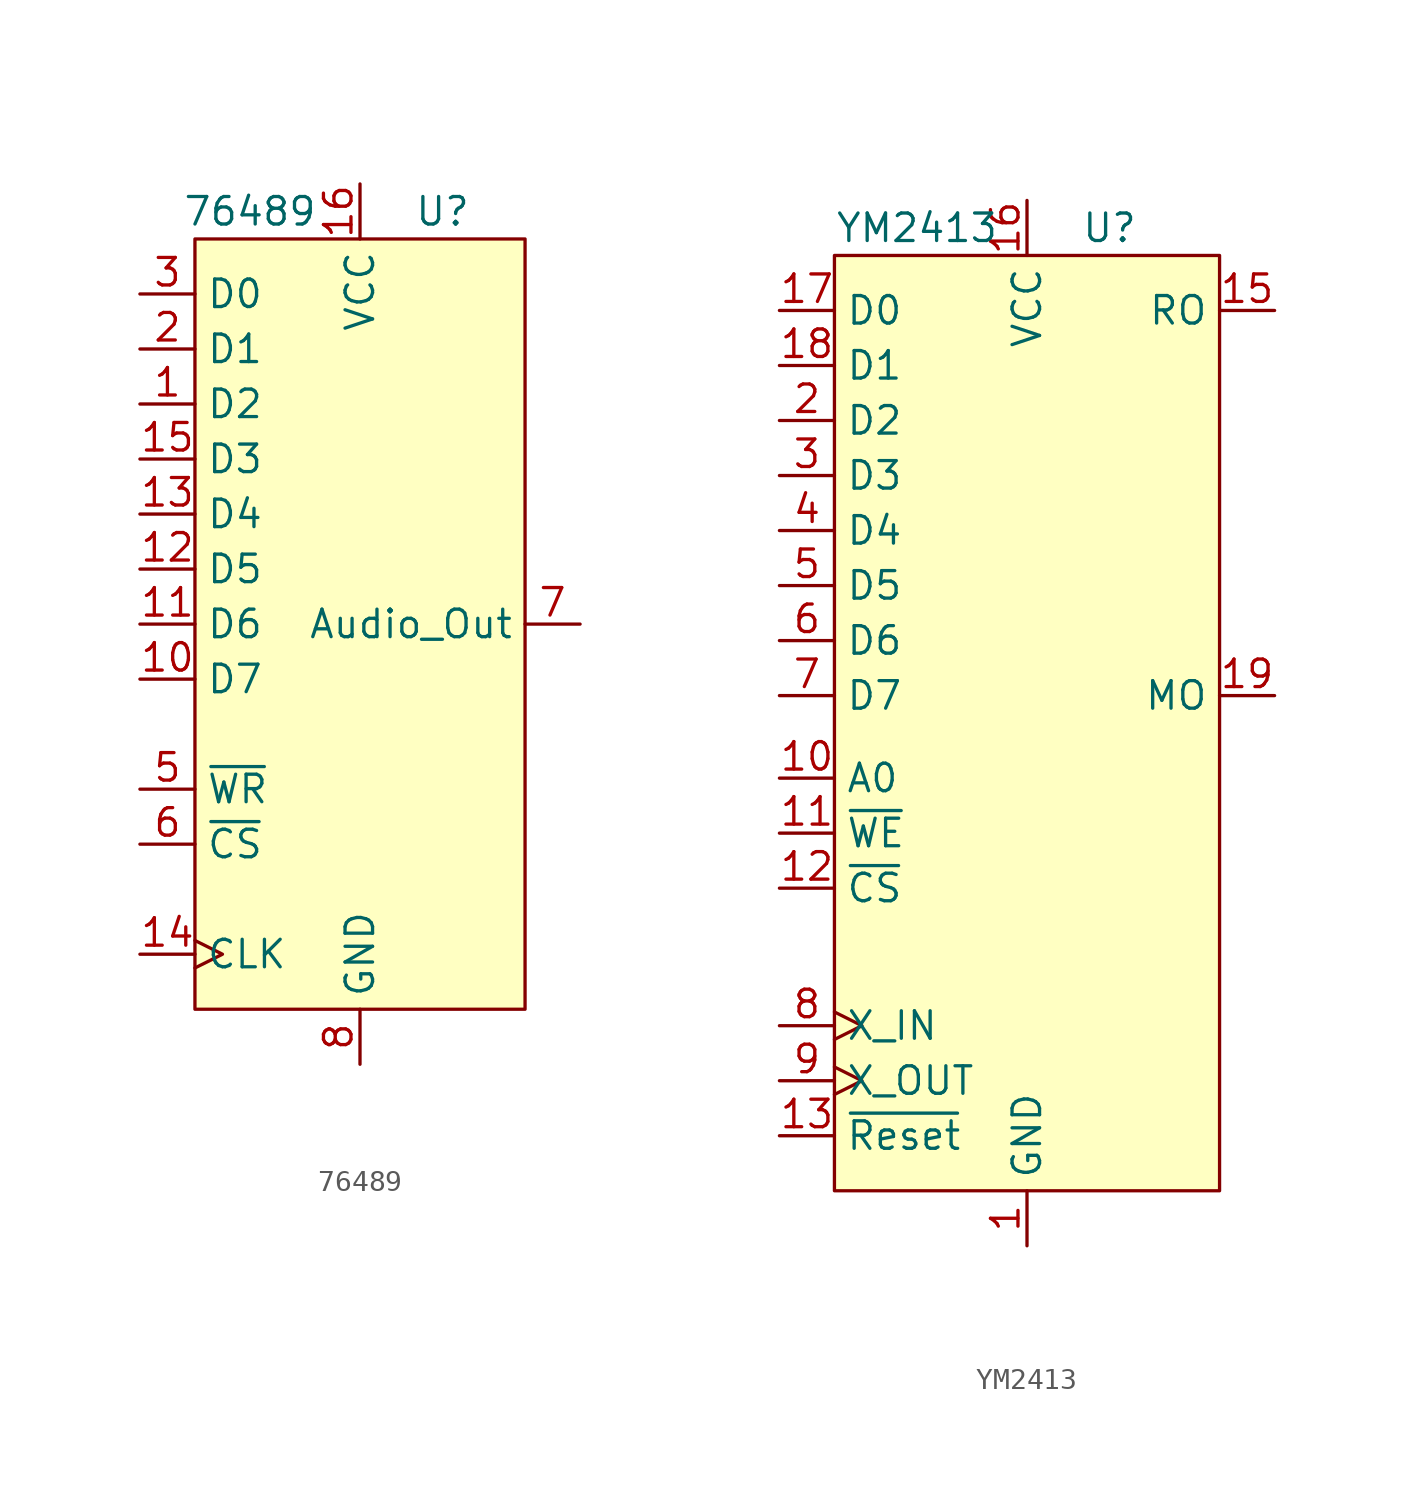
<source format=kicad_sym>
(kicad_symbol_lib
  (version 20211014)
  (generator kicad_symbol_editor)
  (symbol "76489"
    (property "Reference" "U"
      (at -2.54 11.43 0)
      (effects (font (size 1.27 1.27))))
    (property "Value" "76489"
      (at -11.43 11.43 0)
      (effects (font (size 1.27 1.27))))
    (symbol "76489_0_1"
      (rectangle (start -13.97 10.16) (end 1.27 -25.4) (stroke (width 0) (type default) (color 0 0 0 0)) (fill (type background))))
    (symbol "76489_1_1"
      (pin input line (at -16.51 2.54 0) (length 2.54) (name "D2" (effects (font (size 1.27 1.27)))) (number "1" (effects (font (size 1.27 1.27)))))
      (pin input line (at -16.51 -10.16 0) (length 2.54) (name "D7" (effects (font (size 1.27 1.27)))) (number "10" (effects (font (size 1.27 1.27)))))
      (pin input line (at -16.51 -7.62 0) (length 2.54) (name "D6" (effects (font (size 1.27 1.27)))) (number "11" (effects (font (size 1.27 1.27)))))
      (pin input line (at -16.51 -5.08 0) (length 2.54) (name "D5" (effects (font (size 1.27 1.27)))) (number "12" (effects (font (size 1.27 1.27)))))
      (pin input line (at -16.51 -2.54 0) (length 2.54) (name "D4" (effects (font (size 1.27 1.27)))) (number "13" (effects (font (size 1.27 1.27)))))
      (pin input clock (at -16.51 -22.86 0) (length 2.54) (name "CLK" (effects (font (size 1.27 1.27)))) (number "14" (effects (font (size 1.27 1.27)))))
      (pin input line (at -16.51 0 0) (length 2.54) (name "D3" (effects (font (size 1.27 1.27)))) (number "15" (effects (font (size 1.27 1.27)))))
      (pin power_in line (at -6.35 12.7 270) (length 2.54) (name "VCC" (effects (font (size 1.27 1.27)))) (number "16" (effects (font (size 1.27 1.27)))))
      (pin input line (at -16.51 5.08 0) (length 2.54) (name "D1" (effects (font (size 1.27 1.27)))) (number "2" (effects (font (size 1.27 1.27)))))
      (pin input line (at -16.51 7.62 0) (length 2.54) (name "D0" (effects (font (size 1.27 1.27)))) (number "3" (effects (font (size 1.27 1.27)))))
      (pin input line (at -16.51 -15.24 0) (length 2.54) (name "~{WR}" (effects (font (size 1.27 1.27)))) (number "5" (effects (font (size 1.27 1.27)))))
      (pin input line (at -16.51 -17.78 0) (length 2.54) (name "~{CS}" (effects (font (size 1.27 1.27)))) (number "6" (effects (font (size 1.27 1.27)))))
      (pin output line (at 3.81 -7.62 180) (length 2.54) (name "Audio_Out" (effects (font (size 1.27 1.27)))) (number "7" (effects (font (size 1.27 1.27)))))
      (pin power_in line (at -6.35 -27.94 90) (length 2.54) (name "GND" (effects (font (size 1.27 1.27)))) (number "8" (effects (font (size 1.27 1.27)))))
      (pin no_connect line (at 3.81 -22.86 180) (length 2.54) hide (name "N.C." (effects (font (size 1.27 1.27)))) (number "9" (effects (font (size 1.27 1.27)))))))
  (symbol "YM2413"
    (property "Reference" "U"
      (at 3.81 21.59 0)
      (effects (font (size 1.27 1.27))))
    (property "Value" "YM2413"
      (at -5.08 21.59 0)
      (effects (font (size 1.27 1.27))))
    (symbol "YM2413_0_1"
      (rectangle (start -8.89 20.32) (end 8.89 -22.86) (stroke (width 0) (type default) (color 0 0 0 0)) (fill (type background))))
    (symbol "YM2413_1_1"
      (pin power_in line (at 0 -25.4 90) (length 2.54) (name "GND" (effects (font (size 1.27 1.27)))) (number "1" (effects (font (size 1.27 1.27)))))
      (pin input line (at -11.43 -3.81 0) (length 2.54) (name "A0" (effects (font (size 1.27 1.27)))) (number "10" (effects (font (size 1.27 1.27)))))
      (pin input line (at -11.43 -6.35 0) (length 2.54) (name "~{WE}" (effects (font (size 1.27 1.27)))) (number "11" (effects (font (size 1.27 1.27)))))
      (pin input line (at -11.43 -8.89 0) (length 2.54) (name "~{CS}" (effects (font (size 1.27 1.27)))) (number "12" (effects (font (size 1.27 1.27)))))
      (pin input line (at -11.43 -20.32 0) (length 2.54) (name "~{Reset}" (effects (font (size 1.27 1.27)))) (number "13" (effects (font (size 1.27 1.27)))))
      (pin output line (at 11.43 17.78 180) (length 2.54) (name "RO" (effects (font (size 1.27 1.27)))) (number "15" (effects (font (size 1.27 1.27)))))
      (pin power_in line (at 0 22.86 270) (length 2.54) (name "VCC" (effects (font (size 1.27 1.27)))) (number "16" (effects (font (size 1.27 1.27)))))
      (pin input line (at -11.43 17.78 0) (length 2.54) (name "D0" (effects (font (size 1.27 1.27)))) (number "17" (effects (font (size 1.27 1.27)))))
      (pin input line (at -11.43 15.24 0) (length 2.54) (name "D1" (effects (font (size 1.27 1.27)))) (number "18" (effects (font (size 1.27 1.27)))))
      (pin output line (at 11.43 0 180) (length 2.54) (name "MO" (effects (font (size 1.27 1.27)))) (number "19" (effects (font (size 1.27 1.27)))))
      (pin input line (at -11.43 12.7 0) (length 2.54) (name "D2" (effects (font (size 1.27 1.27)))) (number "2" (effects (font (size 1.27 1.27)))))
      (pin input line (at -11.43 10.16 0) (length 2.54) (name "D3" (effects (font (size 1.27 1.27)))) (number "3" (effects (font (size 1.27 1.27)))))
      (pin input line (at -11.43 7.62 0) (length 2.54) (name "D4" (effects (font (size 1.27 1.27)))) (number "4" (effects (font (size 1.27 1.27)))))
      (pin input line (at -11.43 5.08 0) (length 2.54) (name "D5" (effects (font (size 1.27 1.27)))) (number "5" (effects (font (size 1.27 1.27)))))
      (pin input line (at -11.43 2.54 0) (length 2.54) (name "D6" (effects (font (size 1.27 1.27)))) (number "6" (effects (font (size 1.27 1.27)))))
      (pin input line (at -11.43 0 0) (length 2.54) (name "D7" (effects (font (size 1.27 1.27)))) (number "7" (effects (font (size 1.27 1.27)))))
      (pin input clock (at -11.43 -15.24 0) (length 2.54) (name "X_IN" (effects (font (size 1.27 1.27)))) (number "8" (effects (font (size 1.27 1.27)))))
      (pin input clock (at -11.43 -17.78 0) (length 2.54) (name "X_OUT" (effects (font (size 1.27 1.27)))) (number "9" (effects (font (size 1.27 1.27))))))))
</source>
